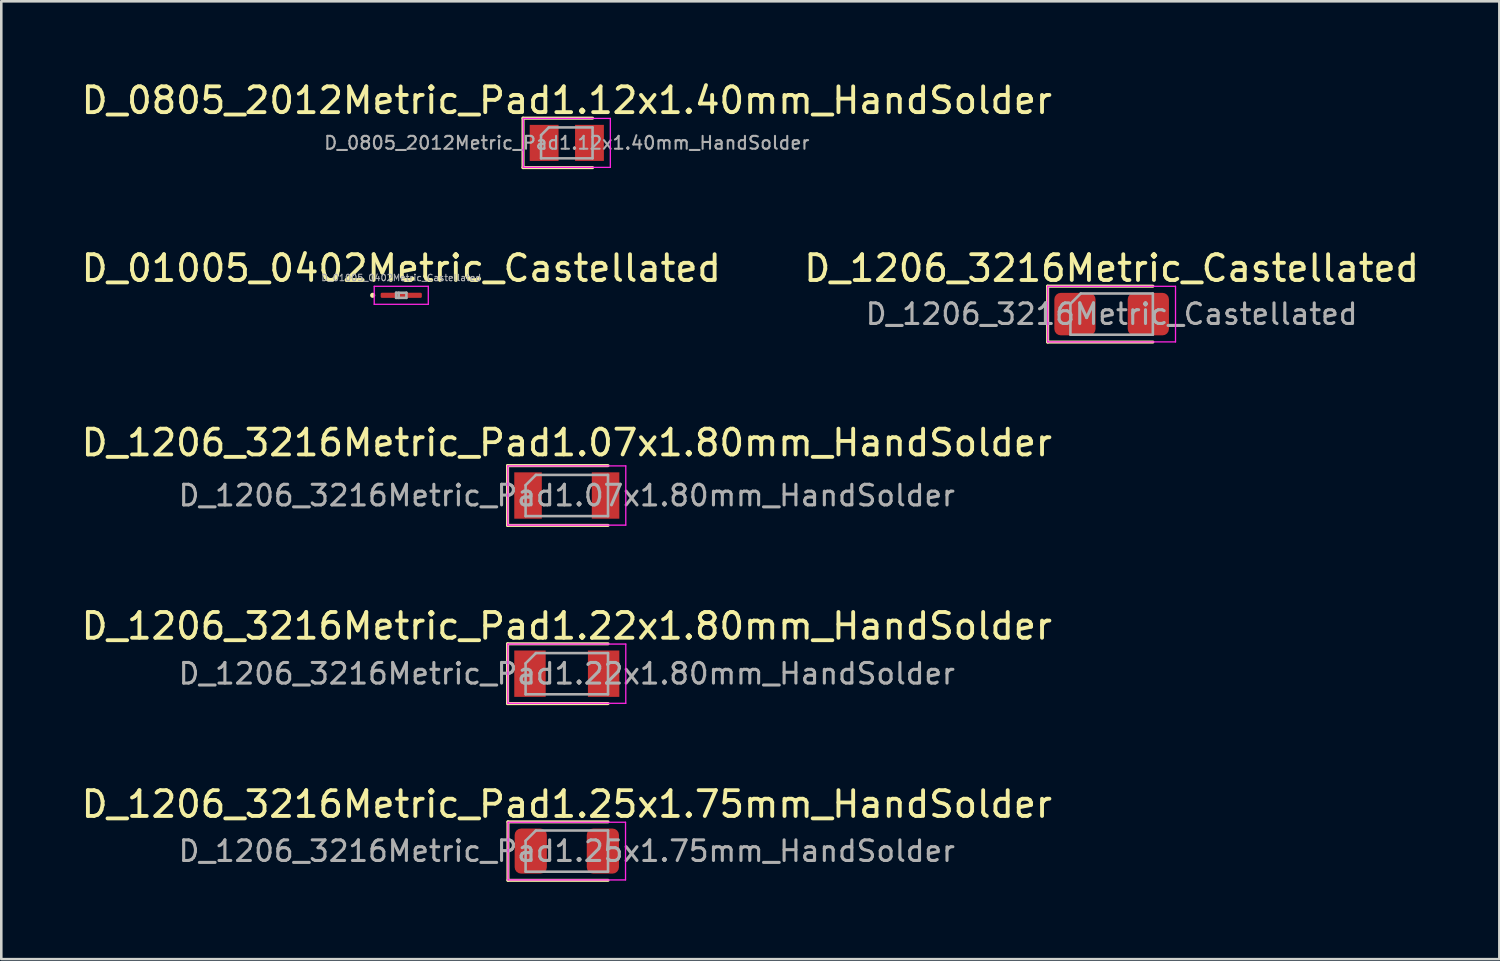
<source format=kicad_pcb>
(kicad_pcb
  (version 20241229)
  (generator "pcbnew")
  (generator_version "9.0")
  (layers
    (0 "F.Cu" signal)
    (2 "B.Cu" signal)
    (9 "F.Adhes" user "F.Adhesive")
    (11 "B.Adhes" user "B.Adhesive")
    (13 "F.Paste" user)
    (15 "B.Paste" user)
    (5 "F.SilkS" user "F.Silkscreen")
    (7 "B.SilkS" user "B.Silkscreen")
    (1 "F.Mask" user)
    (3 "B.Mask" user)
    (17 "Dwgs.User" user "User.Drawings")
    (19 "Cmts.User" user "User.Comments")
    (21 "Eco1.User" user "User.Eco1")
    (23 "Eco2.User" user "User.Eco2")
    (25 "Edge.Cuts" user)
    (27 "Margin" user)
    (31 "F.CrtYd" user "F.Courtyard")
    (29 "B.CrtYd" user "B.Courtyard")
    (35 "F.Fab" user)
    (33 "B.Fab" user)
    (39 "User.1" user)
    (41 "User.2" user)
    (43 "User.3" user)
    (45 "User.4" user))
  (footprint "D_1206_3216Metric_Pad1.07x1.80mm_HandSolder"
    (layer "F.Cu")
    (at 18.958 16.19)
    (property "Reference" "D_1206_3216Metric_Pad1.07x1.80mm_HandSolder" (at 0 -2.05 0) (layer "F.SilkS") (effects (font (size 1 1) (thickness 0.15))))
    (attr smd)
    (fp_line (start -2.3 -1.16) (end -2.3 1.16) (stroke (width 0.12) (type solid)) (layer "F.SilkS"))
    (fp_line (start -2.3 1.16) (end 1.6 1.16) (stroke (width 0.12) (type solid)) (layer "F.SilkS"))
    (fp_line (start 1.6 -1.16) (end -2.3 -1.16) (stroke (width 0.12) (type solid)) (layer "F.SilkS"))
    (fp_line (start -2.29 -1.15) (end 2.29 -1.15) (stroke (width 0.05) (type solid)) (layer "F.CrtYd"))
    (fp_line (start -2.29 1.15) (end -2.29 -1.15) (stroke (width 0.05) (type solid)) (layer "F.CrtYd"))
    (fp_line (start 2.29 -1.15) (end 2.29 1.15) (stroke (width 0.05) (type solid)) (layer "F.CrtYd"))
    (fp_line (start 2.29 1.15) (end -2.29 1.15) (stroke (width 0.05) (type solid)) (layer "F.CrtYd"))
    (fp_line (start -1.6 -0.4) (end -1.6 0.8) (stroke (width 0.1) (type solid)) (layer "F.Fab"))
    (fp_line (start -1.6 0.8) (end 1.6 0.8) (stroke (width 0.1) (type solid)) (layer "F.Fab"))
    (fp_line (start -1.2 -0.8) (end -1.6 -0.4) (stroke (width 0.1) (type solid)) (layer "F.Fab"))
    (fp_line (start 1.6 -0.8) (end -1.2 -0.8) (stroke (width 0.1) (type solid)) (layer "F.Fab"))
    (fp_line (start 1.6 0.8) (end 1.6 -0.8) (stroke (width 0.1) (type solid)) (layer "F.Fab"))
    (fp_text user "${REFERENCE}" (at 0 0 0) (layer "F.Fab") (effects (font (size 0.8 0.8) (thickness 0.12))))
    (pad "1" smd rect (at -1.505 0) (size 1.07 1.8) (layers "F.Cu" "F.Mask" "F.Paste"))
    (pad "2" smd rect (at 1.505 0) (size 1.07 1.8) (layers "F.Cu" "F.Mask" "F.Paste")))
  (footprint "D_1206_3216Metric_Pad1.22x1.80mm_HandSolder"
    (layer "F.Cu")
    (at 18.958 23.108)
    (property "Reference" "D_1206_3216Metric_Pad1.22x1.80mm_HandSolder" (at 0 -1.85 0) (layer "F.SilkS") (effects (font (size 1 1) (thickness 0.15))))
    (attr smd)
    (fp_line (start -2.3 -1.16) (end -2.3 1.16) (stroke (width 0.12) (type solid)) (layer "F.SilkS"))
    (fp_line (start -2.3 1.16) (end 1.6 1.16) (stroke (width 0.12) (type solid)) (layer "F.SilkS"))
    (fp_line (start 1.6 -1.16) (end -2.3 -1.16) (stroke (width 0.12) (type solid)) (layer "F.SilkS"))
    (fp_line (start -2.29 -1.15) (end 2.29 -1.15) (stroke (width 0.05) (type solid)) (layer "F.CrtYd"))
    (fp_line (start -2.29 1.15) (end -2.29 -1.15) (stroke (width 0.05) (type solid)) (layer "F.CrtYd"))
    (fp_line (start 2.29 -1.15) (end 2.29 1.15) (stroke (width 0.05) (type solid)) (layer "F.CrtYd"))
    (fp_line (start 2.29 1.15) (end -2.29 1.15) (stroke (width 0.05) (type solid)) (layer "F.CrtYd"))
    (fp_line (start -1.6 -0.4) (end -1.6 0.8) (stroke (width 0.1) (type solid)) (layer "F.Fab"))
    (fp_line (start -1.6 0.8) (end 1.6 0.8) (stroke (width 0.1) (type solid)) (layer "F.Fab"))
    (fp_line (start -1.2 -0.8) (end -1.6 -0.4) (stroke (width 0.1) (type solid)) (layer "F.Fab"))
    (fp_line (start 1.6 -0.8) (end -1.2 -0.8) (stroke (width 0.1) (type solid)) (layer "F.Fab"))
    (fp_line (start 1.6 0.8) (end 1.6 -0.8) (stroke (width 0.1) (type solid)) (layer "F.Fab"))
    (fp_text user "${REFERENCE}" (at 0 0 0) (layer "F.Fab") (effects (font (size 0.8 0.8) (thickness 0.12))))
    (pad "1" smd rect (at -1.43 0) (size 1.22 1.8) (layers "F.Cu" "F.Mask" "F.Paste"))
    (pad "2" smd rect (at 1.43 0) (size 1.22 1.8) (layers "F.Cu" "F.Mask" "F.Paste")))
  (footprint "D_1206_3216Metric_Pad1.25x1.75mm_HandSolder"
    (layer "F.Cu")
    (at 18.958 29.996)
    (property "Reference" "D_1206_3216Metric_Pad1.25x1.75mm_HandSolder" (at 0 -1.82 0) (layer "F.SilkS") (effects (font (size 1 1) (thickness 0.15))))
    (attr smd)
    (fp_line (start -2.285 -1.135) (end -2.285 1.135) (stroke (width 0.12) (type solid)) (layer "F.SilkS"))
    (fp_line (start -2.285 1.135) (end 1.6 1.135) (stroke (width 0.12) (type solid)) (layer "F.SilkS"))
    (fp_line (start 1.6 -1.135) (end -2.285 -1.135) (stroke (width 0.12) (type solid)) (layer "F.SilkS"))
    (fp_line (start -2.28 -1.12) (end 2.28 -1.12) (stroke (width 0.05) (type solid)) (layer "F.CrtYd"))
    (fp_line (start -2.28 1.12) (end -2.28 -1.12) (stroke (width 0.05) (type solid)) (layer "F.CrtYd"))
    (fp_line (start 2.28 -1.12) (end 2.28 1.12) (stroke (width 0.05) (type solid)) (layer "F.CrtYd"))
    (fp_line (start 2.28 1.12) (end -2.28 1.12) (stroke (width 0.05) (type solid)) (layer "F.CrtYd"))
    (fp_line (start -1.6 -0.4) (end -1.6 0.8) (stroke (width 0.1) (type solid)) (layer "F.Fab"))
    (fp_line (start -1.6 0.8) (end 1.6 0.8) (stroke (width 0.1) (type solid)) (layer "F.Fab"))
    (fp_line (start -1.2 -0.8) (end -1.6 -0.4) (stroke (width 0.1) (type solid)) (layer "F.Fab"))
    (fp_line (start 1.6 -0.8) (end -1.2 -0.8) (stroke (width 0.1) (type solid)) (layer "F.Fab"))
    (fp_line (start 1.6 0.8) (end 1.6 -0.8) (stroke (width 0.1) (type solid)) (layer "F.Fab"))
    (fp_text user "${REFERENCE}" (at 0 0 0) (layer "F.Fab") (effects (font (size 0.8 0.8) (thickness 0.12))))
    (pad "1" smd roundrect (at -1.4 0) (size 1.25 1.75) (layers "F.Cu" "F.Mask" "F.Paste") (roundrect_rratio 0.2))
    (pad "2" smd roundrect (at 1.4 0) (size 1.25 1.75) (layers "F.Cu" "F.Mask" "F.Paste") (roundrect_rratio 0.2)))
  (footprint "D_0805_2012Metric_Pad1.12x1.40mm_HandSolder"
    (layer "F.Cu")
    (at 18.958 2.498)
    (property "Reference" "D_0805_2012Metric_Pad1.12x1.40mm_HandSolder" (at 0 -1.65 0) (layer "F.SilkS") (effects (font (size 1 1) (thickness 0.15))))
    (attr smd)
    (fp_line (start -1.7 -0.96) (end -1.7 0.96) (stroke (width 0.12) (type solid)) (layer "F.SilkS"))
    (fp_line (start -1.7 0.96) (end 1 0.96) (stroke (width 0.12) (type solid)) (layer "F.SilkS"))
    (fp_line (start 1 -0.96) (end -1.7 -0.96) (stroke (width 0.12) (type solid)) (layer "F.SilkS"))
    (fp_line (start -1.69 -0.95) (end 1.69 -0.95) (stroke (width 0.05) (type solid)) (layer "F.CrtYd"))
    (fp_line (start -1.69 0.95) (end -1.69 -0.95) (stroke (width 0.05) (type solid)) (layer "F.CrtYd"))
    (fp_line (start 1.69 -0.95) (end 1.69 0.95) (stroke (width 0.05) (type solid)) (layer "F.CrtYd"))
    (fp_line (start 1.69 0.95) (end -1.69 0.95) (stroke (width 0.05) (type solid)) (layer "F.CrtYd"))
    (fp_line (start -1 -0.3) (end -1 0.6) (stroke (width 0.1) (type solid)) (layer "F.Fab"))
    (fp_line (start -1 0.6) (end 1 0.6) (stroke (width 0.1) (type solid)) (layer "F.Fab"))
    (fp_line (start -0.7 -0.6) (end -1 -0.3) (stroke (width 0.1) (type solid)) (layer "F.Fab"))
    (fp_line (start 1 -0.6) (end -0.7 -0.6) (stroke (width 0.1) (type solid)) (layer "F.Fab"))
    (fp_line (start 1 0.6) (end 1 -0.6) (stroke (width 0.1) (type solid)) (layer "F.Fab"))
    (fp_text user "${REFERENCE}" (at 0 0 0) (layer "F.Fab") (effects (font (size 0.5 0.5) (thickness 0.08))))
    (pad "1" smd rect (at -0.88 0) (size 1.12 1.4) (layers "F.Cu" "F.Mask" "F.Paste"))
    (pad "2" smd rect (at 0.88 0) (size 1.12 1.4) (layers "F.Cu" "F.Mask" "F.Paste")))
  (footprint "D_01005_0402Metric_Castellated"
    (layer "F.Cu")
    (at 12.53 8.416)
    (property "Reference" "D_01005_0402Metric_Castellated" (at 0 -1.05 0) (layer "F.SilkS") (effects (font (size 1 1) (thickness 0.15))))
    (attr smd)
    (fp_circle (center -1.11 0) (end -1.06 0) (stroke (width 0.1) (type solid)) (fill no) (layer "F.SilkS"))
    (fp_line (start -1.05 -0.35) (end 1.05 -0.35) (stroke (width 0.05) (type solid)) (layer "F.CrtYd"))
    (fp_line (start -1.05 0.35) (end -1.05 -0.35) (stroke (width 0.05) (type solid)) (layer "F.CrtYd"))
    (fp_line (start 1.05 -0.35) (end 1.05 0.35) (stroke (width 0.05) (type solid)) (layer "F.CrtYd"))
    (fp_line (start 1.05 0.35) (end -1.05 0.35) (stroke (width 0.05) (type solid)) (layer "F.CrtYd"))
    (fp_line (start -0.2 -0.1) (end 0.2 -0.1) (stroke (width 0.1) (type solid)) (layer "F.Fab"))
    (fp_line (start -0.2 0.1) (end -0.2 -0.1) (stroke (width 0.1) (type solid)) (layer "F.Fab"))
    (fp_line (start -0.1 0.1) (end -0.1 -0.1) (stroke (width 0.1) (type solid)) (layer "F.Fab"))
    (fp_line (start 0.2 -0.1) (end 0.2 0.1) (stroke (width 0.1) (type solid)) (layer "F.Fab"))
    (fp_line (start 0.2 0.1) (end -0.2 0.1) (stroke (width 0.1) (type solid)) (layer "F.Fab"))
    (fp_text user "${REFERENCE}" (at 0 -0.68 0) (layer "F.Fab") (effects (font (size 0.25 0.25) (thickness 0.04))))
    (pad "" smd roundrect (at -0.375 0) (size 0.67 0.18) (layers "F.Paste") (roundrect_rratio 0.25))
    (pad "" smd roundrect (at 0.375 0) (size 0.67 0.18) (layers "F.Paste") (roundrect_rratio 0.25))
    (pad "1" smd roundrect (at -0.35 0) (size 0.9 0.2) (layers "F.Cu" "F.Mask") (roundrect_rratio 0.25))
    (pad "2" smd roundrect (at 0.35 0) (size 0.9 0.2) (layers "F.Cu" "F.Mask") (roundrect_rratio 0.25)))
  (footprint "D_1206_3216Metric_Castellated"
    (layer "F.Cu")
    (at 40.113 9.146)
    (property "Reference" "D_1206_3216Metric_Castellated" (at 0 -1.78 0) (layer "F.SilkS") (effects (font (size 1 1) (thickness 0.15))))
    (attr smd)
    (fp_line (start -2.485 -1.085) (end -2.485 1.085) (stroke (width 0.12) (type solid)) (layer "F.SilkS"))
    (fp_line (start -2.485 1.085) (end 1.6 1.085) (stroke (width 0.12) (type solid)) (layer "F.SilkS"))
    (fp_line (start 1.6 -1.085) (end -2.485 -1.085) (stroke (width 0.12) (type solid)) (layer "F.SilkS"))
    (fp_line (start -2.48 -1.08) (end 2.48 -1.08) (stroke (width 0.05) (type solid)) (layer "F.CrtYd"))
    (fp_line (start -2.48 1.08) (end -2.48 -1.08) (stroke (width 0.05) (type solid)) (layer "F.CrtYd"))
    (fp_line (start 2.48 -1.08) (end 2.48 1.08) (stroke (width 0.05) (type solid)) (layer "F.CrtYd"))
    (fp_line (start 2.48 1.08) (end -2.48 1.08) (stroke (width 0.05) (type solid)) (layer "F.CrtYd"))
    (fp_line (start -1.6 -0.4) (end -1.6 0.8) (stroke (width 0.1) (type solid)) (layer "F.Fab"))
    (fp_line (start -1.6 0.8) (end 1.6 0.8) (stroke (width 0.1) (type solid)) (layer "F.Fab"))
    (fp_line (start -1.2 -0.8) (end -1.6 -0.4) (stroke (width 0.1) (type solid)) (layer "F.Fab"))
    (fp_line (start 1.6 -0.8) (end -1.2 -0.8) (stroke (width 0.1) (type solid)) (layer "F.Fab"))
    (fp_line (start 1.6 0.8) (end 1.6 -0.8) (stroke (width 0.1) (type solid)) (layer "F.Fab"))
    (fp_text user "${REFERENCE}" (at 0 0 0) (layer "F.Fab") (effects (font (size 0.8 0.8) (thickness 0.12))))
    (pad "1" smd roundrect (at -1.425 0) (size 1.6 1.65) (layers "F.Cu" "F.Mask" "F.Paste") (roundrect_rratio 0.156))
    (pad "2" smd roundrect (at 1.425 0) (size 1.6 1.65) (layers "F.Cu" "F.Mask" "F.Paste") (roundrect_rratio 0.156)))
  (gr_rect
    (start -3 -3)
    (end 55.167 34.191)
    (stroke (width 0.1) (type default))
    (fill no)
    (layer "Edge.Cuts")))
</source>
